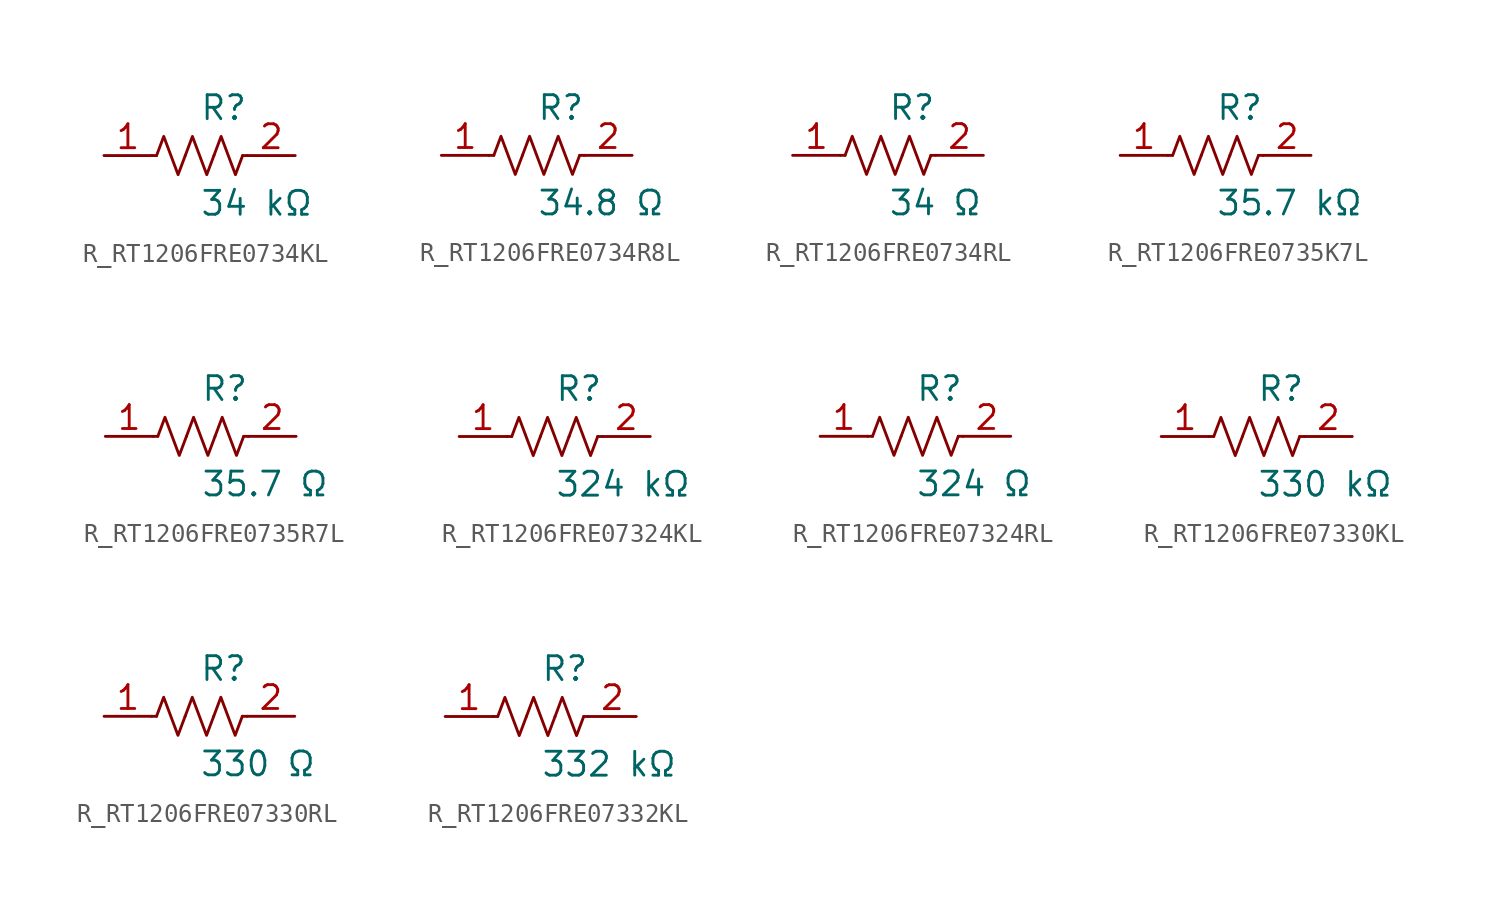
<source format=kicad_sym>
(kicad_symbol_lib
  (version 20231120)
  (generator kicad_symbol_editor)
  (generator_version 8.0)
  (symbol "R_RT1206FRE0734KL"
    (pin_names
      (offset 0.254))
    (property "Reference" "R"
      (at 0 2.54 0)
      (effects (font (size 1.27 1.27)) (justify left)))
    (property "Value" "34 kΩ"
      (at 0 -2.54 0)
      (effects (font (size 1.27 1.27)) (justify left)))
    (symbol "R_RT1206FRE0734KL_0_1"
      (polyline (pts (xy 2.286 0) (xy 2.54 0)) (stroke (width 0) (type default)) (fill (type none)))
      (polyline (pts (xy -2.286 0) (xy -2.54 0)) (stroke (width 0) (type default)) (fill (type none)))
      (polyline (pts (xy 0.762 0) (xy 1.143 1.016) (xy 1.524 0) (xy 1.905 -1.016) (xy 2.286 0)) (stroke (width 0) (type default)) (fill (type none)))
      (polyline (pts (xy -0.762 0) (xy -0.381 1.016) (xy 0 0) (xy 0.381 -1.016) (xy 0.762 0)) (stroke (width 0) (type default)) (fill (type none)))
      (polyline (pts (xy -2.286 0) (xy -1.905 1.016) (xy -1.524 0) (xy -1.143 -1.016) (xy -0.762 0)) (stroke (width 0) (type default)) (fill (type none))))
    (pin unspecified line
      (at -5.08 0 0)
      (length 2.54)
      (name "" (effects (font (size 1.27 1.27))))
      (number "1" (effects (font (size 1.27 1.27)))))
    (pin unspecified line
      (at 5.08 0 180)
      (length 2.54)
      (name "" (effects (font (size 1.27 1.27))))
      (number "2" (effects (font (size 1.27 1.27))))))
  (symbol "R_RT1206FRE0734R8L"
    (pin_names
      (offset 0.254))
    (property "Reference" "R"
      (at 0 2.54 0)
      (effects (font (size 1.27 1.27)) (justify left)))
    (property "Value" "34.8 Ω"
      (at 0 -2.54 0)
      (effects (font (size 1.27 1.27)) (justify left)))
    (symbol "R_RT1206FRE0734R8L_0_1"
      (polyline (pts (xy 2.286 0) (xy 2.54 0)) (stroke (width 0) (type default)) (fill (type none)))
      (polyline (pts (xy -2.286 0) (xy -2.54 0)) (stroke (width 0) (type default)) (fill (type none)))
      (polyline (pts (xy 0.762 0) (xy 1.143 1.016) (xy 1.524 0) (xy 1.905 -1.016) (xy 2.286 0)) (stroke (width 0) (type default)) (fill (type none)))
      (polyline (pts (xy -0.762 0) (xy -0.381 1.016) (xy 0 0) (xy 0.381 -1.016) (xy 0.762 0)) (stroke (width 0) (type default)) (fill (type none)))
      (polyline (pts (xy -2.286 0) (xy -1.905 1.016) (xy -1.524 0) (xy -1.143 -1.016) (xy -0.762 0)) (stroke (width 0) (type default)) (fill (type none))))
    (pin unspecified line
      (at -5.08 0 0)
      (length 2.54)
      (name "" (effects (font (size 1.27 1.27))))
      (number "1" (effects (font (size 1.27 1.27)))))
    (pin unspecified line
      (at 5.08 0 180)
      (length 2.54)
      (name "" (effects (font (size 1.27 1.27))))
      (number "2" (effects (font (size 1.27 1.27))))))
  (symbol "R_RT1206FRE0734RL"
    (pin_names
      (offset 0.254))
    (property "Reference" "R"
      (at 0 2.54 0)
      (effects (font (size 1.27 1.27)) (justify left)))
    (property "Value" "34 Ω"
      (at 0 -2.54 0)
      (effects (font (size 1.27 1.27)) (justify left)))
    (symbol "R_RT1206FRE0734RL_0_1"
      (polyline (pts (xy 2.286 0) (xy 2.54 0)) (stroke (width 0) (type default)) (fill (type none)))
      (polyline (pts (xy -2.286 0) (xy -2.54 0)) (stroke (width 0) (type default)) (fill (type none)))
      (polyline (pts (xy 0.762 0) (xy 1.143 1.016) (xy 1.524 0) (xy 1.905 -1.016) (xy 2.286 0)) (stroke (width 0) (type default)) (fill (type none)))
      (polyline (pts (xy -0.762 0) (xy -0.381 1.016) (xy 0 0) (xy 0.381 -1.016) (xy 0.762 0)) (stroke (width 0) (type default)) (fill (type none)))
      (polyline (pts (xy -2.286 0) (xy -1.905 1.016) (xy -1.524 0) (xy -1.143 -1.016) (xy -0.762 0)) (stroke (width 0) (type default)) (fill (type none))))
    (pin unspecified line
      (at -5.08 0 0)
      (length 2.54)
      (name "" (effects (font (size 1.27 1.27))))
      (number "1" (effects (font (size 1.27 1.27)))))
    (pin unspecified line
      (at 5.08 0 180)
      (length 2.54)
      (name "" (effects (font (size 1.27 1.27))))
      (number "2" (effects (font (size 1.27 1.27))))))
  (symbol "R_RT1206FRE0735K7L"
    (pin_names
      (offset 0.254))
    (property "Reference" "R"
      (at 0 2.54 0)
      (effects (font (size 1.27 1.27)) (justify left)))
    (property "Value" "35.7 kΩ"
      (at 0 -2.54 0)
      (effects (font (size 1.27 1.27)) (justify left)))
    (symbol "R_RT1206FRE0735K7L_0_1"
      (polyline (pts (xy 2.286 0) (xy 2.54 0)) (stroke (width 0) (type default)) (fill (type none)))
      (polyline (pts (xy -2.286 0) (xy -2.54 0)) (stroke (width 0) (type default)) (fill (type none)))
      (polyline (pts (xy 0.762 0) (xy 1.143 1.016) (xy 1.524 0) (xy 1.905 -1.016) (xy 2.286 0)) (stroke (width 0) (type default)) (fill (type none)))
      (polyline (pts (xy -0.762 0) (xy -0.381 1.016) (xy 0 0) (xy 0.381 -1.016) (xy 0.762 0)) (stroke (width 0) (type default)) (fill (type none)))
      (polyline (pts (xy -2.286 0) (xy -1.905 1.016) (xy -1.524 0) (xy -1.143 -1.016) (xy -0.762 0)) (stroke (width 0) (type default)) (fill (type none))))
    (pin unspecified line
      (at -5.08 0 0)
      (length 2.54)
      (name "" (effects (font (size 1.27 1.27))))
      (number "1" (effects (font (size 1.27 1.27)))))
    (pin unspecified line
      (at 5.08 0 180)
      (length 2.54)
      (name "" (effects (font (size 1.27 1.27))))
      (number "2" (effects (font (size 1.27 1.27))))))
  (symbol "R_RT1206FRE0735R7L"
    (pin_names
      (offset 0.254))
    (property "Reference" "R"
      (at 0 2.54 0)
      (effects (font (size 1.27 1.27)) (justify left)))
    (property "Value" "35.7 Ω"
      (at 0 -2.54 0)
      (effects (font (size 1.27 1.27)) (justify left)))
    (symbol "R_RT1206FRE0735R7L_0_1"
      (polyline (pts (xy 2.286 0) (xy 2.54 0)) (stroke (width 0) (type default)) (fill (type none)))
      (polyline (pts (xy -2.286 0) (xy -2.54 0)) (stroke (width 0) (type default)) (fill (type none)))
      (polyline (pts (xy 0.762 0) (xy 1.143 1.016) (xy 1.524 0) (xy 1.905 -1.016) (xy 2.286 0)) (stroke (width 0) (type default)) (fill (type none)))
      (polyline (pts (xy -0.762 0) (xy -0.381 1.016) (xy 0 0) (xy 0.381 -1.016) (xy 0.762 0)) (stroke (width 0) (type default)) (fill (type none)))
      (polyline (pts (xy -2.286 0) (xy -1.905 1.016) (xy -1.524 0) (xy -1.143 -1.016) (xy -0.762 0)) (stroke (width 0) (type default)) (fill (type none))))
    (pin unspecified line
      (at -5.08 0 0)
      (length 2.54)
      (name "" (effects (font (size 1.27 1.27))))
      (number "1" (effects (font (size 1.27 1.27)))))
    (pin unspecified line
      (at 5.08 0 180)
      (length 2.54)
      (name "" (effects (font (size 1.27 1.27))))
      (number "2" (effects (font (size 1.27 1.27))))))
  (symbol "R_RT1206FRE07324KL"
    (pin_names
      (offset 0.254))
    (property "Reference" "R"
      (at 0 2.54 0)
      (effects (font (size 1.27 1.27)) (justify left)))
    (property "Value" "324 kΩ"
      (at 0 -2.54 0)
      (effects (font (size 1.27 1.27)) (justify left)))
    (symbol "R_RT1206FRE07324KL_0_1"
      (polyline (pts (xy 2.286 0) (xy 2.54 0)) (stroke (width 0) (type default)) (fill (type none)))
      (polyline (pts (xy -2.286 0) (xy -2.54 0)) (stroke (width 0) (type default)) (fill (type none)))
      (polyline (pts (xy 0.762 0) (xy 1.143 1.016) (xy 1.524 0) (xy 1.905 -1.016) (xy 2.286 0)) (stroke (width 0) (type default)) (fill (type none)))
      (polyline (pts (xy -0.762 0) (xy -0.381 1.016) (xy 0 0) (xy 0.381 -1.016) (xy 0.762 0)) (stroke (width 0) (type default)) (fill (type none)))
      (polyline (pts (xy -2.286 0) (xy -1.905 1.016) (xy -1.524 0) (xy -1.143 -1.016) (xy -0.762 0)) (stroke (width 0) (type default)) (fill (type none))))
    (pin unspecified line
      (at -5.08 0 0)
      (length 2.54)
      (name "" (effects (font (size 1.27 1.27))))
      (number "1" (effects (font (size 1.27 1.27)))))
    (pin unspecified line
      (at 5.08 0 180)
      (length 2.54)
      (name "" (effects (font (size 1.27 1.27))))
      (number "2" (effects (font (size 1.27 1.27))))))
  (symbol "R_RT1206FRE07324RL"
    (pin_names
      (offset 0.254))
    (property "Reference" "R"
      (at 0 2.54 0)
      (effects (font (size 1.27 1.27)) (justify left)))
    (property "Value" "324 Ω"
      (at 0 -2.54 0)
      (effects (font (size 1.27 1.27)) (justify left)))
    (symbol "R_RT1206FRE07324RL_0_1"
      (polyline (pts (xy 2.286 0) (xy 2.54 0)) (stroke (width 0) (type default)) (fill (type none)))
      (polyline (pts (xy -2.286 0) (xy -2.54 0)) (stroke (width 0) (type default)) (fill (type none)))
      (polyline (pts (xy 0.762 0) (xy 1.143 1.016) (xy 1.524 0) (xy 1.905 -1.016) (xy 2.286 0)) (stroke (width 0) (type default)) (fill (type none)))
      (polyline (pts (xy -0.762 0) (xy -0.381 1.016) (xy 0 0) (xy 0.381 -1.016) (xy 0.762 0)) (stroke (width 0) (type default)) (fill (type none)))
      (polyline (pts (xy -2.286 0) (xy -1.905 1.016) (xy -1.524 0) (xy -1.143 -1.016) (xy -0.762 0)) (stroke (width 0) (type default)) (fill (type none))))
    (pin unspecified line
      (at -5.08 0 0)
      (length 2.54)
      (name "" (effects (font (size 1.27 1.27))))
      (number "1" (effects (font (size 1.27 1.27)))))
    (pin unspecified line
      (at 5.08 0 180)
      (length 2.54)
      (name "" (effects (font (size 1.27 1.27))))
      (number "2" (effects (font (size 1.27 1.27))))))
  (symbol "R_RT1206FRE07330KL"
    (pin_names
      (offset 0.254))
    (property "Reference" "R"
      (at 0 2.54 0)
      (effects (font (size 1.27 1.27)) (justify left)))
    (property "Value" "330 kΩ"
      (at 0 -2.54 0)
      (effects (font (size 1.27 1.27)) (justify left)))
    (symbol "R_RT1206FRE07330KL_0_1"
      (polyline (pts (xy 2.286 0) (xy 2.54 0)) (stroke (width 0) (type default)) (fill (type none)))
      (polyline (pts (xy -2.286 0) (xy -2.54 0)) (stroke (width 0) (type default)) (fill (type none)))
      (polyline (pts (xy 0.762 0) (xy 1.143 1.016) (xy 1.524 0) (xy 1.905 -1.016) (xy 2.286 0)) (stroke (width 0) (type default)) (fill (type none)))
      (polyline (pts (xy -0.762 0) (xy -0.381 1.016) (xy 0 0) (xy 0.381 -1.016) (xy 0.762 0)) (stroke (width 0) (type default)) (fill (type none)))
      (polyline (pts (xy -2.286 0) (xy -1.905 1.016) (xy -1.524 0) (xy -1.143 -1.016) (xy -0.762 0)) (stroke (width 0) (type default)) (fill (type none))))
    (pin unspecified line
      (at -5.08 0 0)
      (length 2.54)
      (name "" (effects (font (size 1.27 1.27))))
      (number "1" (effects (font (size 1.27 1.27)))))
    (pin unspecified line
      (at 5.08 0 180)
      (length 2.54)
      (name "" (effects (font (size 1.27 1.27))))
      (number "2" (effects (font (size 1.27 1.27))))))
  (symbol "R_RT1206FRE07330RL"
    (pin_names
      (offset 0.254))
    (property "Reference" "R"
      (at 0 2.54 0)
      (effects (font (size 1.27 1.27)) (justify left)))
    (property "Value" "330 Ω"
      (at 0 -2.54 0)
      (effects (font (size 1.27 1.27)) (justify left)))
    (symbol "R_RT1206FRE07330RL_0_1"
      (polyline (pts (xy 2.286 0) (xy 2.54 0)) (stroke (width 0) (type default)) (fill (type none)))
      (polyline (pts (xy -2.286 0) (xy -2.54 0)) (stroke (width 0) (type default)) (fill (type none)))
      (polyline (pts (xy 0.762 0) (xy 1.143 1.016) (xy 1.524 0) (xy 1.905 -1.016) (xy 2.286 0)) (stroke (width 0) (type default)) (fill (type none)))
      (polyline (pts (xy -0.762 0) (xy -0.381 1.016) (xy 0 0) (xy 0.381 -1.016) (xy 0.762 0)) (stroke (width 0) (type default)) (fill (type none)))
      (polyline (pts (xy -2.286 0) (xy -1.905 1.016) (xy -1.524 0) (xy -1.143 -1.016) (xy -0.762 0)) (stroke (width 0) (type default)) (fill (type none))))
    (pin unspecified line
      (at -5.08 0 0)
      (length 2.54)
      (name "" (effects (font (size 1.27 1.27))))
      (number "1" (effects (font (size 1.27 1.27)))))
    (pin unspecified line
      (at 5.08 0 180)
      (length 2.54)
      (name "" (effects (font (size 1.27 1.27))))
      (number "2" (effects (font (size 1.27 1.27))))))
  (symbol "R_RT1206FRE07332KL"
    (pin_names
      (offset 0.254))
    (property "Reference" "R"
      (at 0 2.54 0)
      (effects (font (size 1.27 1.27)) (justify left)))
    (property "Value" "332 kΩ"
      (at 0 -2.54 0)
      (effects (font (size 1.27 1.27)) (justify left)))
    (symbol "R_RT1206FRE07332KL_0_1"
      (polyline (pts (xy 2.286 0) (xy 2.54 0)) (stroke (width 0) (type default)) (fill (type none)))
      (polyline (pts (xy -2.286 0) (xy -2.54 0)) (stroke (width 0) (type default)) (fill (type none)))
      (polyline (pts (xy 0.762 0) (xy 1.143 1.016) (xy 1.524 0) (xy 1.905 -1.016) (xy 2.286 0)) (stroke (width 0) (type default)) (fill (type none)))
      (polyline (pts (xy -0.762 0) (xy -0.381 1.016) (xy 0 0) (xy 0.381 -1.016) (xy 0.762 0)) (stroke (width 0) (type default)) (fill (type none)))
      (polyline (pts (xy -2.286 0) (xy -1.905 1.016) (xy -1.524 0) (xy -1.143 -1.016) (xy -0.762 0)) (stroke (width 0) (type default)) (fill (type none))))
    (pin unspecified line
      (at -5.08 0 0)
      (length 2.54)
      (name "" (effects (font (size 1.27 1.27))))
      (number "1" (effects (font (size 1.27 1.27)))))
    (pin unspecified line
      (at 5.08 0 180)
      (length 2.54)
      (name "" (effects (font (size 1.27 1.27))))
      (number "2" (effects (font (size 1.27 1.27)))))))
</source>
